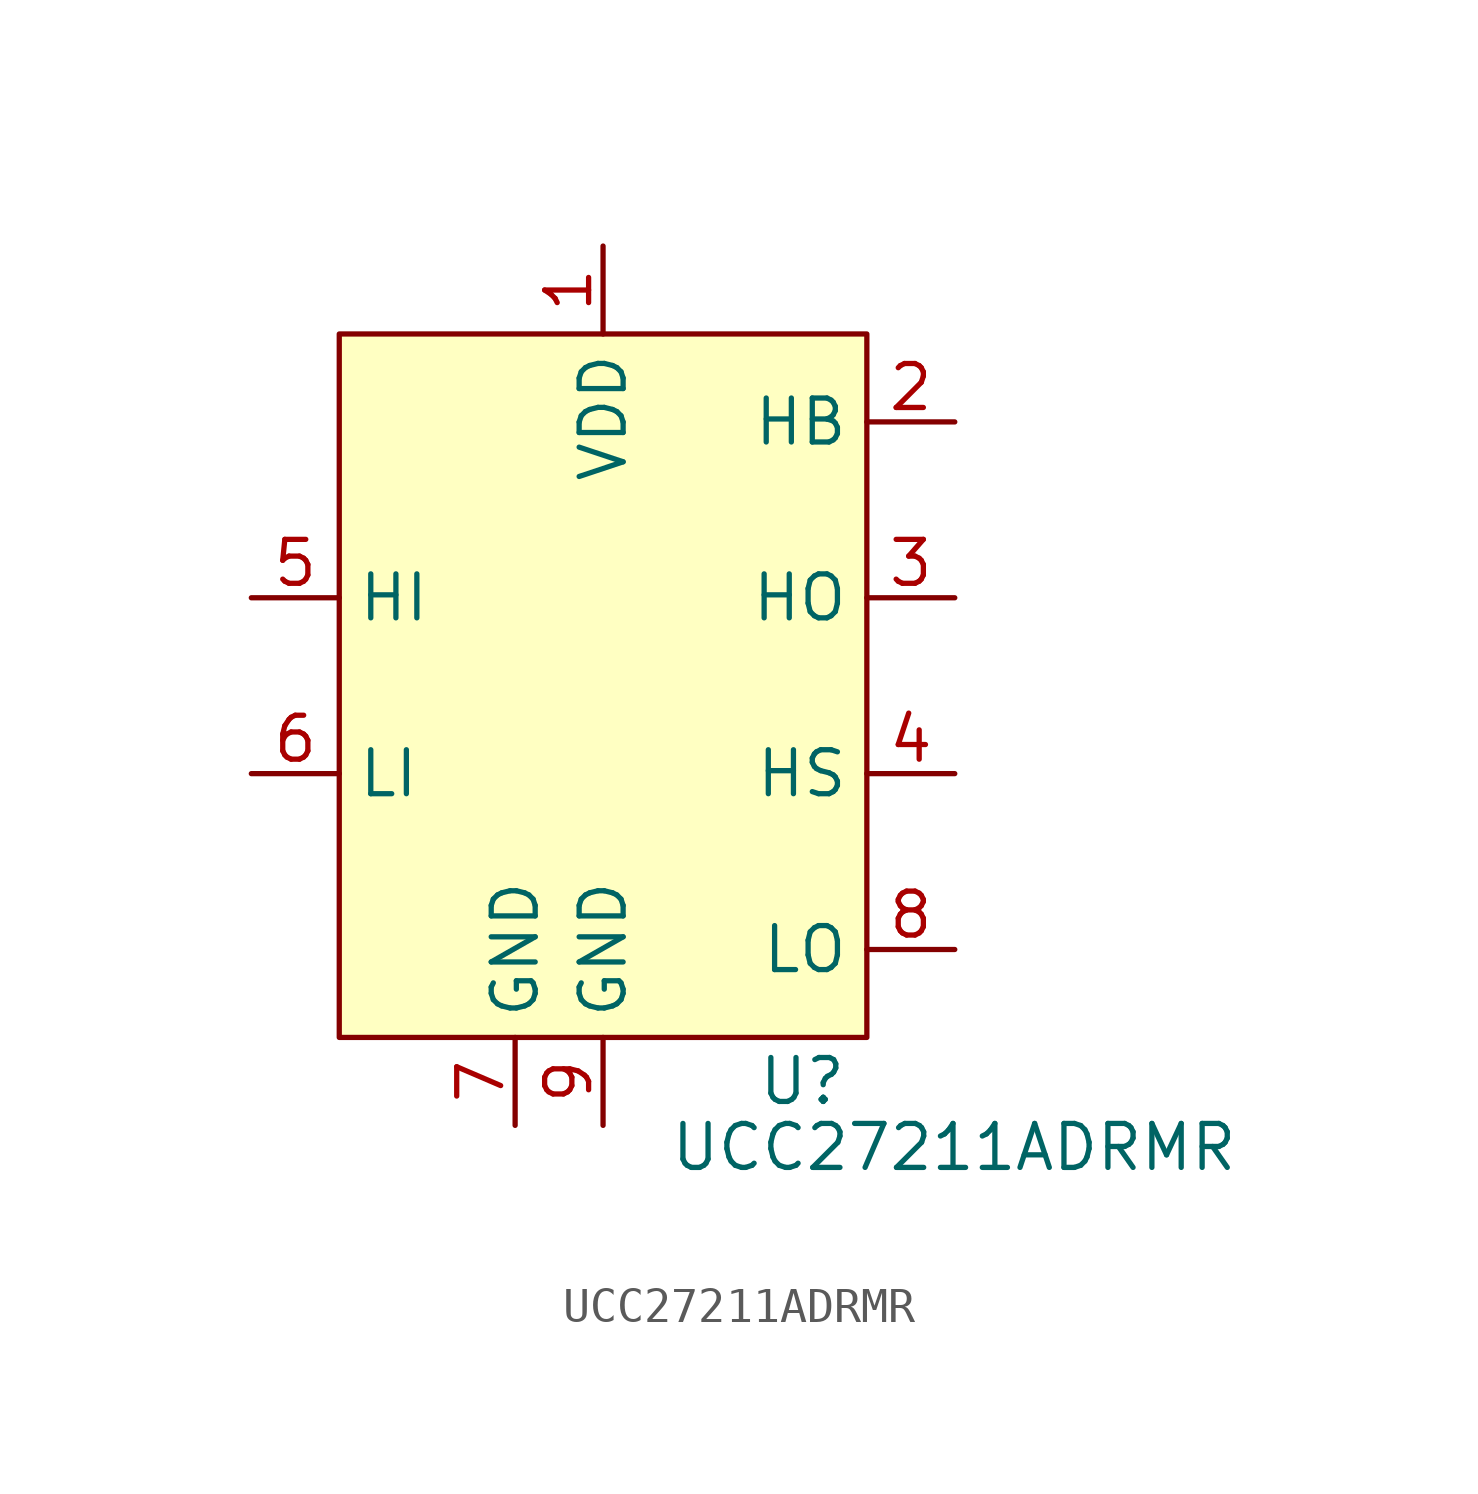
<source format=kicad_sym>
(kicad_symbol_lib
  (version 20241209)
  (generator "kicad_symbol_editor")
  (generator_version "9.0")
  (symbol "UCC27211ADRMR"
    (property "Reference" "U"
      (at 4.445 -11.43 0)
      (effects (font (size 1.27 1.27)) (justify left)))
    (property "Value" "UCC27211ADRMR"
      (at 1.905 -13.335 0)
      (effects (font (size 1.27 1.27)) (justify left)))
    (symbol "UCC27211ADRMR_0_0"
      (pin input line (at -10.16 2.54 0) (length 2.54) (name "HI" (effects (font (size 1.27 1.27)))) (number "5" (effects (font (size 1.27 1.27)))))
      (pin power_in line (at -2.54 -12.7 90) (length 2.54) (name "GND" (effects (font (size 1.27 1.27)))) (number "7" (effects (font (size 1.27 1.27)))))
      (pin power_in line (at 0 12.7 270) (length 2.54) (name "VDD" (effects (font (size 1.27 1.27)))) (number "1" (effects (font (size 1.27 1.27)))))
      (pin power_in line (at 0 -12.7 90) (length 2.54) (name "GND" (effects (font (size 1.27 1.27)))) (number "9" (effects (font (size 1.27 1.27)))))
      (pin passive line (at 10.16 7.62 180) (length 2.54) (name "HB" (effects (font (size 1.27 1.27)))) (number "2" (effects (font (size 1.27 1.27)))))
      (pin passive line (at 10.16 2.54 180) (length 2.54) (name "HO" (effects (font (size 1.27 1.27)))) (number "3" (effects (font (size 1.27 1.27)))))
      (pin passive line (at 10.16 -2.54 180) (length 2.54) (name "HS" (effects (font (size 1.27 1.27)))) (number "4" (effects (font (size 1.27 1.27)))))
      (pin passive line (at 10.16 -7.62 180) (length 2.54) (name "LO" (effects (font (size 1.27 1.27)))) (number "8" (effects (font (size 1.27 1.27))))))
    (symbol "UCC27211ADRMR_1_0"
      (pin input line (at -10.16 -2.54 0) (length 2.54) (name "LI" (effects (font (size 1.27 1.27)))) (number "6" (effects (font (size 1.27 1.27))))))
    (symbol "UCC27211ADRMR_1_1"
      (rectangle (start -7.62 10.16) (end 7.62 -10.16) (stroke (width 0) (type solid)) (fill (type background))))))
</source>
